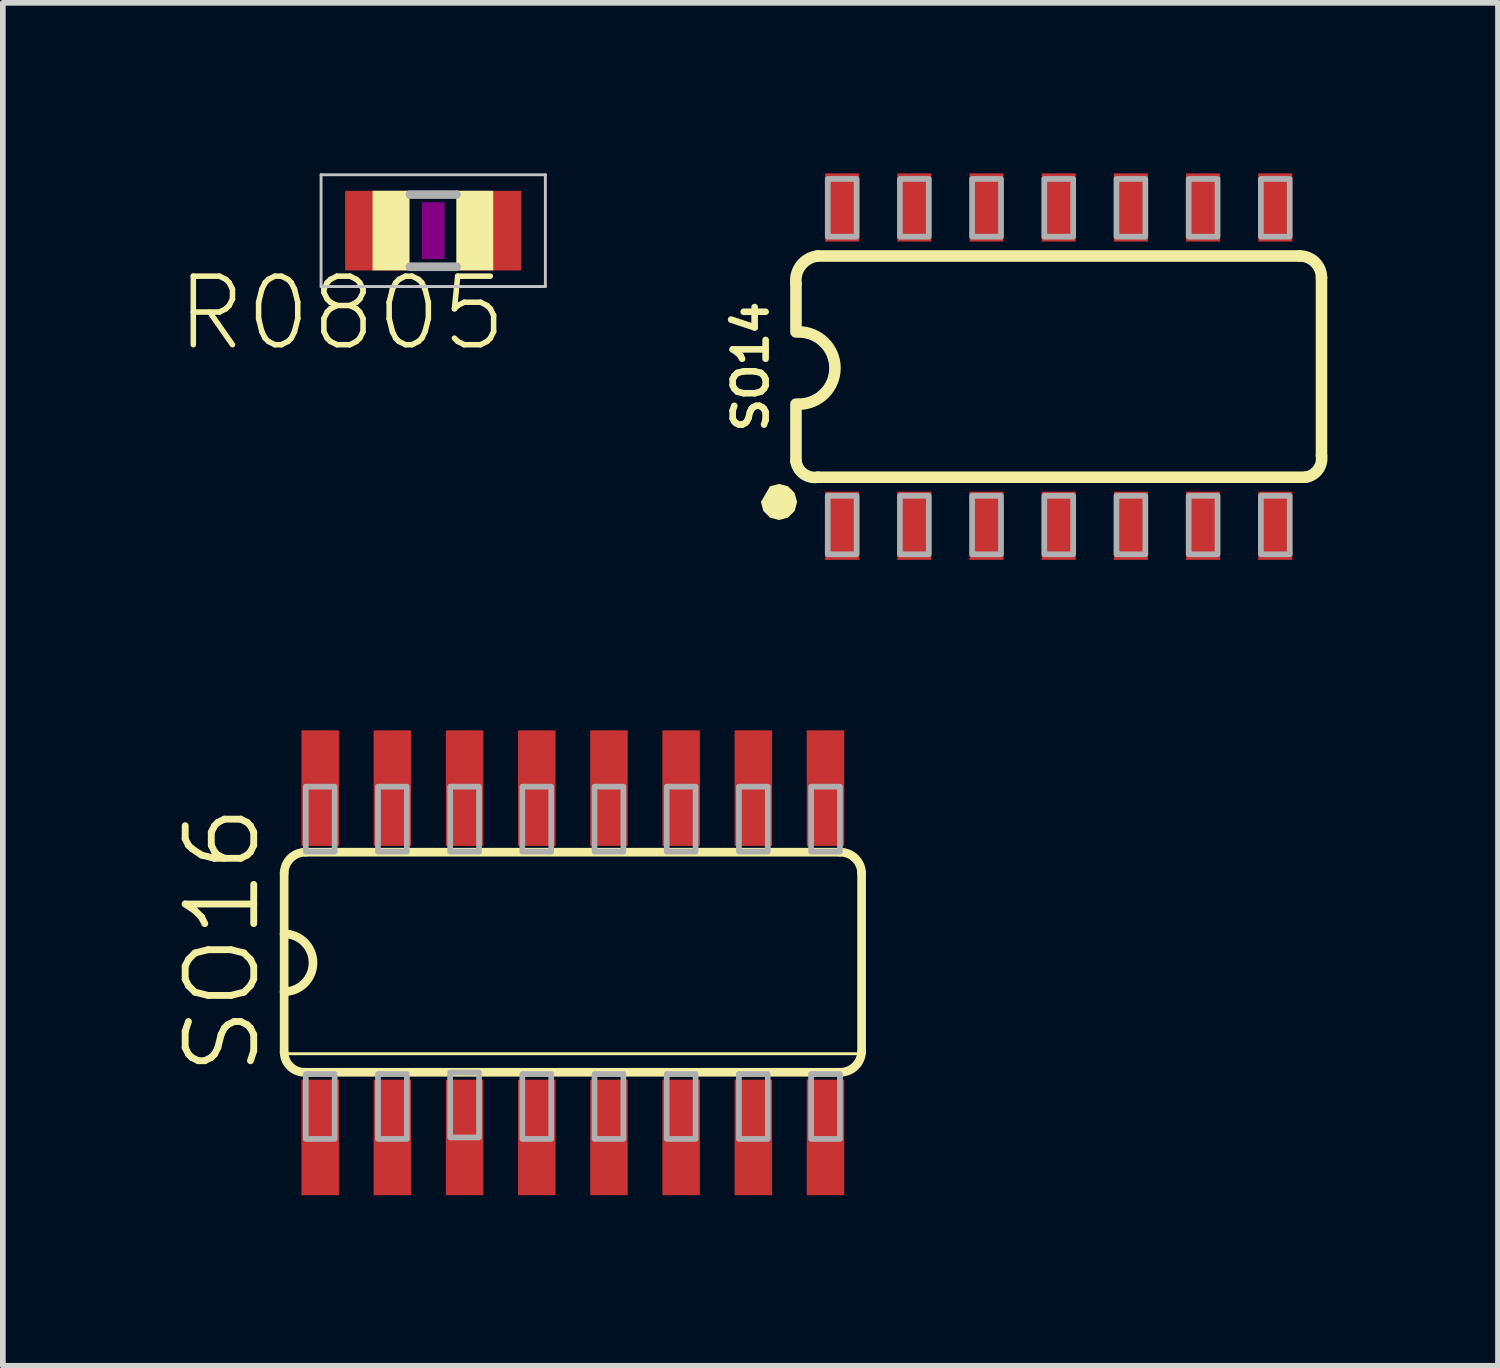
<source format=kicad_pcb>
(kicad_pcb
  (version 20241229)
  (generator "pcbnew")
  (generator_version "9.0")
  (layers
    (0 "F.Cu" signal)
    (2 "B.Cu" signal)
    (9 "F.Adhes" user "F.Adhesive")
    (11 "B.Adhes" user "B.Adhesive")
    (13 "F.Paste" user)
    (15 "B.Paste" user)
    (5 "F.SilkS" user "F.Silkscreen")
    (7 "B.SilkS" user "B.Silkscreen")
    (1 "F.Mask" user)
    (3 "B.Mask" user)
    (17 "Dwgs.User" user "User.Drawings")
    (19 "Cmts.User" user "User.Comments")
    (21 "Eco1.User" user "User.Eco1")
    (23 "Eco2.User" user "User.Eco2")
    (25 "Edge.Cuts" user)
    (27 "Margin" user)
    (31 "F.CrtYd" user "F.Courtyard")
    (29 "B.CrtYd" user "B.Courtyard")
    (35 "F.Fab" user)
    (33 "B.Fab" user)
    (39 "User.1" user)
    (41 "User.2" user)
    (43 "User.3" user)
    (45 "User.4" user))
  (footprint "SO16"
    (layer "F.Cu")
    (at 7.029 13.889)
    (property "Reference" "SO16" (at -5.461 2.032 270) (layer "F.SilkS") (effects (font (size 1.206 1.206) (thickness 0.121)) (justify left bottom)))
    (attr through_hole)
    (fp_line (start -5.08 -1.575) (end -5.08 -0.508) (stroke (width 0.152) (type solid)) (layer "F.SilkS"))
    (fp_line (start -5.08 -0.508) (end -5.08 0.508) (stroke (width 0.152) (type solid)) (layer "F.SilkS"))
    (fp_line (start -5.08 0.508) (end -5.08 1.575) (stroke (width 0.152) (type solid)) (layer "F.SilkS"))
    (fp_line (start -5.08 1.6) (end 5.08 1.6) (stroke (width 0.051) (type solid)) (layer "F.SilkS"))
    (fp_line (start -4.719 1.926) (end 4.679 1.926) (stroke (width 0.152) (type solid)) (layer "F.SilkS"))
    (fp_line (start 4.699 -1.946) (end -4.699 -1.946) (stroke (width 0.152) (type solid)) (layer "F.SilkS"))
    (fp_line (start 5.08 1.575) (end 5.08 -1.575) (stroke (width 0.152) (type solid)) (layer "F.SilkS"))
    (fp_arc (start -5.08 -1.5748) (mid -4.966337 -1.839208) (end -4.699 -1.9458) (stroke (width 0.1524) (type solid)) (layer "F.SilkS"))
    (fp_arc (start -5.08 -0.508) (mid -4.572 0) (end -5.08 0.508) (stroke (width 0.1524) (type solid)) (layer "F.SilkS"))
    (fp_arc (start -4.719 1.9258) (mid -4.972194 1.825066) (end -5.08 1.5748) (stroke (width 0.1524) (type solid)) (layer "F.SilkS"))
    (fp_arc (start 4.699 -1.9458) (mid 4.966337 -1.839208) (end 5.08 -1.5748) (stroke (width 0.1524) (type solid)) (layer "F.SilkS"))
    (fp_arc (start 5.08 1.5748) (mid 4.952194 1.83335) (end 4.679 1.9258) (stroke (width 0.1524) (type solid)) (layer "F.SilkS"))
    (fp_poly (pts (xy -4.699 -1.956) (xy -4.191 -1.956) (xy -4.191 -3.099) (xy -4.699 -3.099)) (stroke (width 0.1) (type solid)) (fill no) (layer "F.Fab"))
    (fp_poly (pts (xy -4.699 3.099) (xy -4.191 3.099) (xy -4.191 1.956) (xy -4.699 1.956)) (stroke (width 0.1) (type solid)) (fill no) (layer "F.Fab"))
    (fp_poly (pts (xy -3.429 -1.956) (xy -2.921 -1.956) (xy -2.921 -3.099) (xy -3.429 -3.099)) (stroke (width 0.1) (type solid)) (fill no) (layer "F.Fab"))
    (fp_poly (pts (xy -3.429 3.099) (xy -2.921 3.099) (xy -2.921 1.956) (xy -3.429 1.956)) (stroke (width 0.1) (type solid)) (fill no) (layer "F.Fab"))
    (fp_poly (pts (xy -2.159 -1.956) (xy -1.651 -1.956) (xy -1.651 -3.099) (xy -2.159 -3.099)) (stroke (width 0.1) (type solid)) (fill no) (layer "F.Fab"))
    (fp_poly (pts (xy -2.159 3.073) (xy -1.651 3.073) (xy -1.651 1.93) (xy -2.159 1.93)) (stroke (width 0.1) (type solid)) (fill no) (layer "F.Fab"))
    (fp_poly (pts (xy -0.889 -1.956) (xy -0.381 -1.956) (xy -0.381 -3.099) (xy -0.889 -3.099)) (stroke (width 0.1) (type solid)) (fill no) (layer "F.Fab"))
    (fp_poly (pts (xy -0.889 3.099) (xy -0.381 3.099) (xy -0.381 1.956) (xy -0.889 1.956)) (stroke (width 0.1) (type solid)) (fill no) (layer "F.Fab"))
    (fp_poly (pts (xy 0.381 -1.956) (xy 0.889 -1.956) (xy 0.889 -3.099) (xy 0.381 -3.099)) (stroke (width 0.1) (type solid)) (fill no) (layer "F.Fab"))
    (fp_poly (pts (xy 0.381 3.099) (xy 0.889 3.099) (xy 0.889 1.956) (xy 0.381 1.956)) (stroke (width 0.1) (type solid)) (fill no) (layer "F.Fab"))
    (fp_poly (pts (xy 1.651 -1.956) (xy 2.159 -1.956) (xy 2.159 -3.099) (xy 1.651 -3.099)) (stroke (width 0.1) (type solid)) (fill no) (layer "F.Fab"))
    (fp_poly (pts (xy 1.651 3.099) (xy 2.159 3.099) (xy 2.159 1.956) (xy 1.651 1.956)) (stroke (width 0.1) (type solid)) (fill no) (layer "F.Fab"))
    (fp_poly (pts (xy 2.921 -1.956) (xy 3.429 -1.956) (xy 3.429 -3.099) (xy 2.921 -3.099)) (stroke (width 0.1) (type solid)) (fill no) (layer "F.Fab"))
    (fp_poly (pts (xy 2.921 3.099) (xy 3.429 3.099) (xy 3.429 1.956) (xy 2.921 1.956)) (stroke (width 0.1) (type solid)) (fill no) (layer "F.Fab"))
    (fp_poly (pts (xy 4.191 -1.956) (xy 4.699 -1.956) (xy 4.699 -3.099) (xy 4.191 -3.099)) (stroke (width 0.1) (type solid)) (fill no) (layer "F.Fab"))
    (fp_poly (pts (xy 4.191 3.099) (xy 4.699 3.099) (xy 4.699 1.956) (xy 4.191 1.956)) (stroke (width 0.1) (type solid)) (fill no) (layer "F.Fab"))
    (pad "1" smd rect (at -4.445 3.073) (size 0.66 2.032) (layers "F.Cu" "F.Mask" "F.Paste"))
    (pad "2" smd rect (at -3.175 3.073) (size 0.66 2.032) (layers "F.Cu" "F.Mask" "F.Paste"))
    (pad "3" smd rect (at -1.905 3.073) (size 0.66 2.032) (layers "F.Cu" "F.Mask" "F.Paste"))
    (pad "4" smd rect (at -0.635 3.073) (size 0.66 2.032) (layers "F.Cu" "F.Mask" "F.Paste"))
    (pad "5" smd rect (at 0.635 3.073) (size 0.66 2.032) (layers "F.Cu" "F.Mask" "F.Paste"))
    (pad "6" smd rect (at 1.905 3.073) (size 0.66 2.032) (layers "F.Cu" "F.Mask" "F.Paste"))
    (pad "7" smd rect (at 3.175 3.073) (size 0.66 2.032) (layers "F.Cu" "F.Mask" "F.Paste"))
    (pad "8" smd rect (at 4.445 3.073) (size 0.66 2.032) (layers "F.Cu" "F.Mask" "F.Paste"))
    (pad "9" smd rect (at 4.445 -3.073) (size 0.66 2.032) (layers "F.Cu" "F.Mask" "F.Paste"))
    (pad "10" smd rect (at 3.175 -3.073) (size 0.66 2.032) (layers "F.Cu" "F.Mask" "F.Paste"))
    (pad "11" smd rect (at 1.905 -3.073) (size 0.66 2.032) (layers "F.Cu" "F.Mask" "F.Paste"))
    (pad "12" smd rect (at 0.635 -3.073) (size 0.66 2.032) (layers "F.Cu" "F.Mask" "F.Paste"))
    (pad "13" smd rect (at -0.635 -3.073) (size 0.66 2.032) (layers "F.Cu" "F.Mask" "F.Paste"))
    (pad "14" smd rect (at -1.905 -3.073) (size 0.66 2.032) (layers "F.Cu" "F.Mask" "F.Paste"))
    (pad "15" smd rect (at -3.175 -3.073) (size 0.66 2.032) (layers "F.Cu" "F.Mask" "F.Paste"))
    (pad "16" smd rect (at -4.445 -3.073) (size 0.66 2.032) (layers "F.Cu" "F.Mask" "F.Paste")))
  (footprint "SO14"
    (layer "F.Cu")
    (at 14.942 3.4)
    (property "Reference" "SO14" (at -4.445 0 270) (layer "F.SilkS") (effects (font (size 0.579 0.579) (thickness 0.116)) (justify bottom)))
    (attr through_hole)
    (fp_line (start -3.988 -1.453) (end -3.988 -0.61) (stroke (width 0.203) (type solid)) (layer "F.SilkS"))
    (fp_line (start -3.988 1.665) (end -3.988 0.66) (stroke (width 0.203) (type solid)) (layer "F.SilkS"))
    (fp_line (start -3.607 1.946) (end 4.977 1.946) (stroke (width 0.203) (type solid)) (layer "F.SilkS"))
    (fp_line (start 4.877 -1.946) (end -3.607 -1.946) (stroke (width 0.203) (type solid)) (layer "F.SilkS"))
    (fp_line (start 5.258 1.565) (end 5.258 -1.565) (stroke (width 0.203) (type solid)) (layer "F.SilkS"))
    (fp_arc (start -3.9878 -1.4653) (mid -3.896948 -1.784731) (end -3.6068 -1.9463) (stroke (width 0.2032) (type solid)) (layer "F.SilkS"))
    (fp_arc (start -3.937 -0.6096) (mid -3.302 0.0254) (end -3.937 0.6604) (stroke (width 0.2032) (type solid)) (layer "F.SilkS"))
    (fp_arc (start -3.606799 1.946301) (mid -3.85554 1.884767) (end -3.9878 1.6653) (stroke (width 0.2032) (type solid)) (layer "F.SilkS"))
    (fp_arc (start 4.8768 -1.9463) (mid 5.146237 -1.834736) (end 5.2578 -1.565298) (stroke (width 0.2032) (type solid)) (layer "F.SilkS"))
    (fp_arc (start 5.2578 1.5653) (mid 5.196208 1.813997) (end 4.9768 1.9463) (stroke (width 0.2032) (type solid)) (layer "F.SilkS"))
    (fp_poly (pts (xy -3.969 2.381) (xy -4.011 2.223) (xy -4.128 2.106) (xy -4.286 2.064) (xy -4.445 2.106) (xy -4.604 2.381) (xy -4.561 2.54) (xy -4.445 2.656) (xy -4.286 2.699) (xy -4.128 2.656) (xy -4.011 2.54)) (stroke (width 0) (type solid)) (fill yes) (layer "F.SilkS"))
    (fp_poly (pts (xy -3.429 -2.286) (xy -2.921 -2.286) (xy -2.921 -3.302) (xy -3.429 -3.302)) (stroke (width 0.1) (type solid)) (fill no) (layer "F.Fab"))
    (fp_poly (pts (xy -3.429 3.302) (xy -2.921 3.302) (xy -2.921 2.273) (xy -3.429 2.273)) (stroke (width 0.1) (type solid)) (fill no) (layer "F.Fab"))
    (fp_poly (pts (xy -2.159 -2.286) (xy -1.651 -2.286) (xy -1.651 -3.302) (xy -2.159 -3.302)) (stroke (width 0.1) (type solid)) (fill no) (layer "F.Fab"))
    (fp_poly (pts (xy -2.159 3.302) (xy -1.651 3.302) (xy -1.651 2.273) (xy -2.159 2.273)) (stroke (width 0.1) (type solid)) (fill no) (layer "F.Fab"))
    (fp_poly (pts (xy -0.889 -2.286) (xy -0.381 -2.286) (xy -0.381 -3.302) (xy -0.889 -3.302)) (stroke (width 0.1) (type solid)) (fill no) (layer "F.Fab"))
    (fp_poly (pts (xy -0.889 3.302) (xy -0.381 3.302) (xy -0.381 2.273) (xy -0.889 2.273)) (stroke (width 0.1) (type solid)) (fill no) (layer "F.Fab"))
    (fp_poly (pts (xy 0.381 -2.286) (xy 0.889 -2.286) (xy 0.889 -3.302) (xy 0.381 -3.302)) (stroke (width 0.1) (type solid)) (fill no) (layer "F.Fab"))
    (fp_poly (pts (xy 0.381 3.302) (xy 0.889 3.302) (xy 0.889 2.273) (xy 0.381 2.273)) (stroke (width 0.1) (type solid)) (fill no) (layer "F.Fab"))
    (fp_poly (pts (xy 1.651 -2.286) (xy 2.159 -2.286) (xy 2.159 -3.302) (xy 1.651 -3.302)) (stroke (width 0.1) (type solid)) (fill no) (layer "F.Fab"))
    (fp_poly (pts (xy 1.651 3.302) (xy 2.159 3.302) (xy 2.159 2.273) (xy 1.651 2.273)) (stroke (width 0.1) (type solid)) (fill no) (layer "F.Fab"))
    (fp_poly (pts (xy 2.921 -2.286) (xy 3.429 -2.286) (xy 3.429 -3.302) (xy 2.921 -3.302)) (stroke (width 0.1) (type solid)) (fill no) (layer "F.Fab"))
    (fp_poly (pts (xy 2.921 3.302) (xy 3.429 3.302) (xy 3.429 2.273) (xy 2.921 2.273)) (stroke (width 0.1) (type solid)) (fill no) (layer "F.Fab"))
    (fp_poly (pts (xy 4.191 -2.286) (xy 4.699 -2.286) (xy 4.699 -3.302) (xy 4.191 -3.302)) (stroke (width 0.1) (type solid)) (fill no) (layer "F.Fab"))
    (fp_poly (pts (xy 4.191 3.302) (xy 4.699 3.302) (xy 4.699 2.273) (xy 4.191 2.273)) (stroke (width 0.1) (type solid)) (fill no) (layer "F.Fab"))
    (pad "1" smd rect (at -3.175 2.8) (size 0.6 1.2) (layers "F.Cu" "F.Mask" "F.Paste"))
    (pad "2" smd rect (at -1.905 2.8) (size 0.6 1.2) (layers "F.Cu" "F.Mask" "F.Paste"))
    (pad "3" smd rect (at -0.635 2.8) (size 0.6 1.2) (layers "F.Cu" "F.Mask" "F.Paste"))
    (pad "4" smd rect (at 0.635 2.8) (size 0.6 1.2) (layers "F.Cu" "F.Mask" "F.Paste"))
    (pad "5" smd rect (at 1.905 2.8) (size 0.6 1.2) (layers "F.Cu" "F.Mask" "F.Paste"))
    (pad "6" smd rect (at 3.175 2.8) (size 0.6 1.2) (layers "F.Cu" "F.Mask" "F.Paste"))
    (pad "7" smd rect (at 4.445 2.8) (size 0.6 1.2) (layers "F.Cu" "F.Mask" "F.Paste"))
    (pad "8" smd rect (at 4.445 -2.8) (size 0.6 1.2) (layers "F.Cu" "F.Mask" "F.Paste"))
    (pad "9" smd rect (at 3.175 -2.8) (size 0.6 1.2) (layers "F.Cu" "F.Mask" "F.Paste"))
    (pad "10" smd rect (at 1.905 -2.8) (size 0.6 1.2) (layers "F.Cu" "F.Mask" "F.Paste"))
    (pad "11" smd rect (at 0.635 -2.8) (size 0.6 1.2) (layers "F.Cu" "F.Mask" "F.Paste"))
    (pad "12" smd rect (at -0.635 -2.8) (size 0.6 1.2) (layers "F.Cu" "F.Mask" "F.Paste"))
    (pad "13" smd rect (at -1.905 -2.8) (size 0.6 1.2) (layers "F.Cu" "F.Mask" "F.Paste"))
    (pad "14" smd rect (at -3.175 -2.8) (size 0.6 1.2) (layers "F.Cu" "F.Mask" "F.Paste")))
  (footprint "R0805"
    (layer "F.Cu")
    (at 4.572 1.008)
    (property "Reference" "R0805" (at -4.572 2.159 0) (layer "F.SilkS") (effects (font (size 1.206 1.206) (thickness 0.097)) (justify left bottom)))
    (attr through_hole)
    (fp_poly (pts (xy -1.067 0.699) (xy -0.417 0.699) (xy -0.417 -0.702) (xy -1.067 -0.702)) (stroke (width 0) (type solid)) (fill yes) (layer "F.SilkS"))
    (fp_poly (pts (xy 0.406 0.699) (xy 1.056 0.699) (xy 1.056 -0.702) (xy 0.406 -0.702)) (stroke (width 0) (type solid)) (fill yes) (layer "F.SilkS"))
    (fp_poly (pts (xy -0.2 0.5) (xy 0.2 0.5) (xy 0.2 -0.5) (xy -0.2 -0.5)) (stroke (width 0) (type solid)) (fill yes) (layer "F.Adhes"))
    (fp_line (start -1.973 -0.983) (end 1.973 -0.983) (stroke (width 0.051) (type solid)) (layer "Dwgs.User"))
    (fp_line (start -1.973 0.983) (end -1.973 -0.983) (stroke (width 0.051) (type solid)) (layer "Dwgs.User"))
    (fp_line (start 1.973 -0.983) (end 1.973 0.983) (stroke (width 0.051) (type solid)) (layer "Dwgs.User"))
    (fp_line (start 1.973 0.983) (end -1.973 0.983) (stroke (width 0.051) (type solid)) (layer "Dwgs.User"))
    (fp_line (start -0.41 -0.635) (end 0.41 -0.635) (stroke (width 0.152) (type solid)) (layer "F.Fab"))
    (fp_line (start -0.41 0.635) (end 0.41 0.635) (stroke (width 0.152) (type solid)) (layer "F.Fab"))
    (pad "1" smd rect (at -1 0) (size 1.1 1.4) (layers "F.Cu" "F.Mask" "F.Paste"))
    (pad "2" smd rect (at 1 0) (size 1.1 1.4) (layers "F.Cu" "F.Mask" "F.Paste")))
  (gr_rect
    (start -3 -3)
    (end 23.305 20.979)
    (stroke (width 0.1) (type default))
    (fill no)
    (layer "Edge.Cuts")))
</source>
